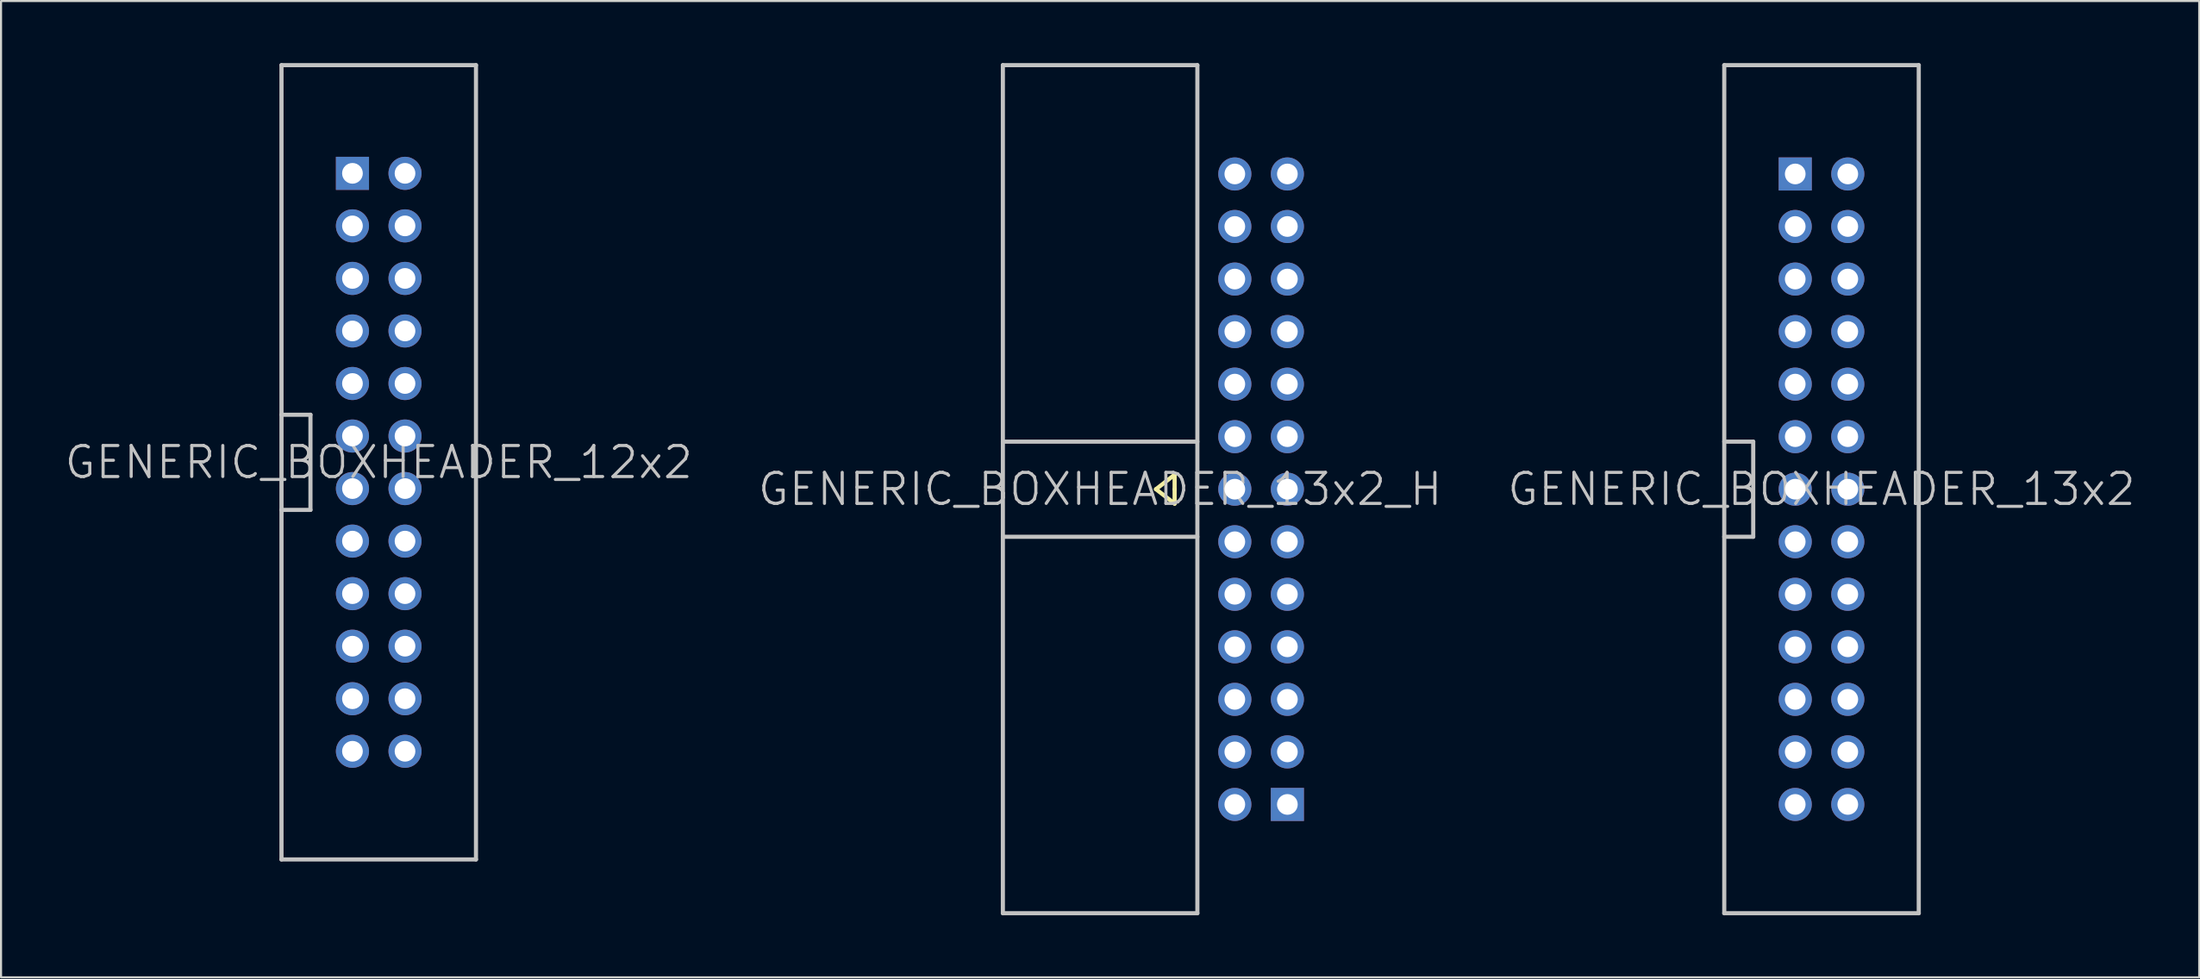
<source format=kicad_pcb>
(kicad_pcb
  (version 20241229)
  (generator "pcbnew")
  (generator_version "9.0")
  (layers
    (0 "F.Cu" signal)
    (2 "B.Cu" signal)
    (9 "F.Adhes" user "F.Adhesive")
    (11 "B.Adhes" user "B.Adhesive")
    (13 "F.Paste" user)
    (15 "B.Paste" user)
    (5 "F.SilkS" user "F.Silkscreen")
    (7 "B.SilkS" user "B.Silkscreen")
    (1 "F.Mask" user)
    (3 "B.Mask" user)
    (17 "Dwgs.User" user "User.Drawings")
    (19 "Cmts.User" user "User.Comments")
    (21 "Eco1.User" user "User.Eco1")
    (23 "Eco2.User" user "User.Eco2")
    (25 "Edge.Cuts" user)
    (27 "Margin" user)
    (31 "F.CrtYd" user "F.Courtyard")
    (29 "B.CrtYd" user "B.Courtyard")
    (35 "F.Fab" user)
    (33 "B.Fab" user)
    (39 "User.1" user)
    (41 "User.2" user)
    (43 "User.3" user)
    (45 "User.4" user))
  (footprint "GENERIC_BOXHEADER_13x2_H"
    (layer "F.Cu")
    (at 52.818 20.6)
    (property "Reference" "GENERIC_BOXHEADER_13x2_H" (at -2.7 0 180) (layer "Dwgs.User") (effects (font (size 1.5 1.5) (thickness 0.15))))
    (attr through_hole)
    (fp_line (start 0 0) (end 0.9 0.7) (stroke (width 0.2) (type solid)) (layer "F.SilkS"))
    (fp_line (start 0.9 -0.7) (end 0 0) (stroke (width 0.2) (type solid)) (layer "F.SilkS"))
    (fp_line (start 0.9 0) (end 0.9 -0.7) (stroke (width 0.2) (type solid)) (layer "F.SilkS"))
    (fp_line (start 0.9 0.7) (end 0.9 0) (stroke (width 0.2) (type solid)) (layer "F.SilkS"))
    (fp_line (start -7.4 -20.5) (end -7.4 20.5) (stroke (width 0.2) (type solid)) (layer "Dwgs.User"))
    (fp_line (start -7.4 -20.5) (end 2 -20.5) (stroke (width 0.2) (type solid)) (layer "Dwgs.User"))
    (fp_line (start -7.4 -2.3) (end 2 -2.3) (stroke (width 0.2) (type solid)) (layer "Dwgs.User"))
    (fp_line (start -7.4 2.3) (end 2 2.3) (stroke (width 0.2) (type solid)) (layer "Dwgs.User"))
    (fp_line (start -7.4 20.5) (end 2 20.5) (stroke (width 0.2) (type solid)) (layer "Dwgs.User"))
    (fp_line (start 2 20.5) (end 2 -20.5) (stroke (width 0.2) (type solid)) (layer "Dwgs.User"))
    (pad "1" thru_hole rect (at 6.35 15.24) (size 1.6 1.6) (drill 1) (layers "*.Cu" "*.Mask"))
    (pad "2" thru_hole circle (at 3.81 15.24 90) (size 1.6 1.6) (drill 1) (layers "*.Cu" "*.Mask"))
    (pad "3" thru_hole circle (at 6.35 12.7 90) (size 1.6 1.6) (drill 1) (layers "*.Cu" "*.Mask"))
    (pad "4" thru_hole circle (at 3.81 12.7 90) (size 1.6 1.6) (drill 1) (layers "*.Cu" "*.Mask"))
    (pad "5" thru_hole circle (at 6.35 10.16 90) (size 1.6 1.6) (drill 1) (layers "*.Cu" "*.Mask"))
    (pad "6" thru_hole circle (at 3.81 10.16 90) (size 1.6 1.6) (drill 1) (layers "*.Cu" "*.Mask"))
    (pad "7" thru_hole circle (at 6.35 7.62 90) (size 1.6 1.6) (drill 1) (layers "*.Cu" "*.Mask"))
    (pad "8" thru_hole circle (at 3.81 7.62 90) (size 1.6 1.6) (drill 1) (layers "*.Cu" "*.Mask"))
    (pad "9" thru_hole circle (at 6.35 5.08 90) (size 1.6 1.6) (drill 1) (layers "*.Cu" "*.Mask"))
    (pad "10" thru_hole circle (at 3.81 5.08 90) (size 1.6 1.6) (drill 1) (layers "*.Cu" "*.Mask"))
    (pad "11" thru_hole circle (at 6.35 2.54 90) (size 1.6 1.6) (drill 1) (layers "*.Cu" "*.Mask"))
    (pad "12" thru_hole circle (at 3.81 2.54 90) (size 1.6 1.6) (drill 1) (layers "*.Cu" "*.Mask"))
    (pad "13" thru_hole circle (at 6.35 0 90) (size 1.6 1.6) (drill 1) (layers "*.Cu" "*.Mask"))
    (pad "14" thru_hole circle (at 3.81 0 90) (size 1.6 1.6) (drill 1) (layers "*.Cu" "*.Mask"))
    (pad "15" thru_hole circle (at 6.35 -2.54 90) (size 1.6 1.6) (drill 1) (layers "*.Cu" "*.Mask"))
    (pad "16" thru_hole circle (at 3.81 -2.54 90) (size 1.6 1.6) (drill 1) (layers "*.Cu" "*.Mask"))
    (pad "17" thru_hole circle (at 6.35 -5.08 90) (size 1.6 1.6) (drill 1) (layers "*.Cu" "*.Mask"))
    (pad "18" thru_hole circle (at 3.81 -5.08 90) (size 1.6 1.6) (drill 1) (layers "*.Cu" "*.Mask"))
    (pad "19" thru_hole circle (at 6.35 -7.62 90) (size 1.6 1.6) (drill 1) (layers "*.Cu" "*.Mask"))
    (pad "20" thru_hole circle (at 3.81 -7.62 90) (size 1.6 1.6) (drill 1) (layers "*.Cu" "*.Mask"))
    (pad "21" thru_hole circle (at 6.35 -10.16 90) (size 1.6 1.6) (drill 1) (layers "*.Cu" "*.Mask"))
    (pad "22" thru_hole circle (at 3.81 -10.16 90) (size 1.6 1.6) (drill 1) (layers "*.Cu" "*.Mask"))
    (pad "23" thru_hole circle (at 6.35 -12.7 90) (size 1.6 1.6) (drill 1) (layers "*.Cu" "*.Mask"))
    (pad "24" thru_hole circle (at 3.81 -12.7 90) (size 1.6 1.6) (drill 1) (layers "*.Cu" "*.Mask"))
    (pad "25" thru_hole circle (at 6.35 -15.24 90) (size 1.6 1.6) (drill 1) (layers "*.Cu" "*.Mask"))
    (pad "26" thru_hole circle (at 3.81 -15.24 90) (size 1.6 1.6) (drill 1) (layers "*.Cu" "*.Mask")))
  (footprint "GENERIC_BOXHEADER_13x2"
    (layer "F.Cu")
    (at 84.982 20.6)
    (property "Reference" "GENERIC_BOXHEADER_13x2" (at 0 0 180) (layer "Dwgs.User") (effects (font (size 1.5 1.5) (thickness 0.15))))
    (attr through_hole)
    (fp_line (start -4.7 -20.5) (end -4.7 20.5) (stroke (width 0.2) (type solid)) (layer "Dwgs.User"))
    (fp_line (start -4.7 2.3) (end -3.3 2.3) (stroke (width 0.2) (type solid)) (layer "Dwgs.User"))
    (fp_line (start -3.3 -2.3) (end -4.7 -2.3) (stroke (width 0.2) (type solid)) (layer "Dwgs.User"))
    (fp_line (start -3.3 2.3) (end -3.3 -2.3) (stroke (width 0.2) (type solid)) (layer "Dwgs.User"))
    (fp_line (start 4.7 -20.5) (end -4.7 -20.5) (stroke (width 0.2) (type solid)) (layer "Dwgs.User"))
    (fp_line (start 4.7 20.5) (end -4.7 20.5) (stroke (width 0.2) (type solid)) (layer "Dwgs.User"))
    (fp_line (start 4.7 20.5) (end 4.7 -20.5) (stroke (width 0.2) (type solid)) (layer "Dwgs.User"))
    (pad "1" thru_hole rect (at -1.27 -15.24) (size 1.6 1.6) (drill 1) (layers "*.Cu" "*.Mask"))
    (pad "2" thru_hole circle (at 1.27 -15.24 270) (size 1.6 1.6) (drill 1) (layers "*.Cu" "*.Mask"))
    (pad "3" thru_hole circle (at -1.27 -12.7 270) (size 1.6 1.6) (drill 1) (layers "*.Cu" "*.Mask"))
    (pad "4" thru_hole circle (at 1.27 -12.7 270) (size 1.6 1.6) (drill 1) (layers "*.Cu" "*.Mask"))
    (pad "5" thru_hole circle (at -1.27 -10.16 270) (size 1.6 1.6) (drill 1) (layers "*.Cu" "*.Mask"))
    (pad "6" thru_hole circle (at 1.27 -10.16 270) (size 1.6 1.6) (drill 1) (layers "*.Cu" "*.Mask"))
    (pad "7" thru_hole circle (at -1.27 -7.62 270) (size 1.6 1.6) (drill 1) (layers "*.Cu" "*.Mask"))
    (pad "8" thru_hole circle (at 1.27 -7.62 270) (size 1.6 1.6) (drill 1) (layers "*.Cu" "*.Mask"))
    (pad "9" thru_hole circle (at -1.27 -5.08 270) (size 1.6 1.6) (drill 1) (layers "*.Cu" "*.Mask"))
    (pad "10" thru_hole circle (at 1.27 -5.08 270) (size 1.6 1.6) (drill 1) (layers "*.Cu" "*.Mask"))
    (pad "11" thru_hole circle (at -1.27 -2.54 270) (size 1.6 1.6) (drill 1) (layers "*.Cu" "*.Mask"))
    (pad "12" thru_hole circle (at 1.27 -2.54 270) (size 1.6 1.6) (drill 1) (layers "*.Cu" "*.Mask"))
    (pad "13" thru_hole circle (at -1.27 0 270) (size 1.6 1.6) (drill 1) (layers "*.Cu" "*.Mask"))
    (pad "14" thru_hole circle (at 1.27 0 270) (size 1.6 1.6) (drill 1) (layers "*.Cu" "*.Mask"))
    (pad "15" thru_hole circle (at -1.27 2.54 270) (size 1.6 1.6) (drill 1) (layers "*.Cu" "*.Mask"))
    (pad "16" thru_hole circle (at 1.27 2.54 270) (size 1.6 1.6) (drill 1) (layers "*.Cu" "*.Mask"))
    (pad "17" thru_hole circle (at -1.27 5.08 270) (size 1.6 1.6) (drill 1) (layers "*.Cu" "*.Mask"))
    (pad "18" thru_hole circle (at 1.27 5.08 270) (size 1.6 1.6) (drill 1) (layers "*.Cu" "*.Mask"))
    (pad "19" thru_hole circle (at -1.27 7.62 270) (size 1.6 1.6) (drill 1) (layers "*.Cu" "*.Mask"))
    (pad "20" thru_hole circle (at 1.27 7.62 270) (size 1.6 1.6) (drill 1) (layers "*.Cu" "*.Mask"))
    (pad "21" thru_hole circle (at -1.27 10.16 270) (size 1.6 1.6) (drill 1) (layers "*.Cu" "*.Mask"))
    (pad "22" thru_hole circle (at 1.27 10.16 270) (size 1.6 1.6) (drill 1) (layers "*.Cu" "*.Mask"))
    (pad "23" thru_hole circle (at -1.27 12.7 270) (size 1.6 1.6) (drill 1) (layers "*.Cu" "*.Mask"))
    (pad "24" thru_hole circle (at 1.27 12.7 270) (size 1.6 1.6) (drill 1) (layers "*.Cu" "*.Mask"))
    (pad "25" thru_hole circle (at -1.27 15.24 270) (size 1.6 1.6) (drill 1) (layers "*.Cu" "*.Mask"))
    (pad "26" thru_hole circle (at 1.27 15.24 270) (size 1.6 1.6) (drill 1) (layers "*.Cu" "*.Mask")))
  (footprint "GENERIC_BOXHEADER_12x2"
    (layer "F.Cu")
    (at 15.254 19.3)
    (property "Reference" "GENERIC_BOXHEADER_12x2" (at 0 0 180) (layer "Dwgs.User") (effects (font (size 1.5 1.5) (thickness 0.15))))
    (attr through_hole)
    (fp_line (start -4.7 -19.2) (end -4.7 19.2) (stroke (width 0.2) (type solid)) (layer "Dwgs.User"))
    (fp_line (start -4.7 2.3) (end -3.3 2.3) (stroke (width 0.2) (type solid)) (layer "Dwgs.User"))
    (fp_line (start -3.3 -2.3) (end -4.7 -2.3) (stroke (width 0.2) (type solid)) (layer "Dwgs.User"))
    (fp_line (start -3.3 2.3) (end -3.3 -2.3) (stroke (width 0.2) (type solid)) (layer "Dwgs.User"))
    (fp_line (start 4.7 -19.2) (end -4.7 -19.2) (stroke (width 0.2) (type solid)) (layer "Dwgs.User"))
    (fp_line (start 4.7 19.2) (end -4.7 19.2) (stroke (width 0.2) (type solid)) (layer "Dwgs.User"))
    (fp_line (start 4.7 19.2) (end 4.7 -19.2) (stroke (width 0.2) (type solid)) (layer "Dwgs.User"))
    (pad "1" thru_hole rect (at -1.27 -13.97) (size 1.6 1.6) (drill 1) (layers "*.Cu" "*.Mask"))
    (pad "2" thru_hole circle (at 1.27 -13.97 270) (size 1.6 1.6) (drill 1) (layers "*.Cu" "*.Mask"))
    (pad "3" thru_hole circle (at -1.27 -11.43 270) (size 1.6 1.6) (drill 1) (layers "*.Cu" "*.Mask"))
    (pad "4" thru_hole circle (at 1.27 -11.43 270) (size 1.6 1.6) (drill 1) (layers "*.Cu" "*.Mask"))
    (pad "5" thru_hole circle (at -1.27 -8.89 270) (size 1.6 1.6) (drill 1) (layers "*.Cu" "*.Mask"))
    (pad "6" thru_hole circle (at 1.27 -8.89 270) (size 1.6 1.6) (drill 1) (layers "*.Cu" "*.Mask"))
    (pad "7" thru_hole circle (at -1.27 -6.35 270) (size 1.6 1.6) (drill 1) (layers "*.Cu" "*.Mask"))
    (pad "8" thru_hole circle (at 1.27 -6.35 270) (size 1.6 1.6) (drill 1) (layers "*.Cu" "*.Mask"))
    (pad "9" thru_hole circle (at -1.27 -3.81 270) (size 1.6 1.6) (drill 1) (layers "*.Cu" "*.Mask"))
    (pad "10" thru_hole circle (at 1.27 -3.81 270) (size 1.6 1.6) (drill 1) (layers "*.Cu" "*.Mask"))
    (pad "11" thru_hole circle (at -1.27 -1.27 270) (size 1.6 1.6) (drill 1) (layers "*.Cu" "*.Mask"))
    (pad "12" thru_hole circle (at 1.27 -1.27 270) (size 1.6 1.6) (drill 1) (layers "*.Cu" "*.Mask"))
    (pad "13" thru_hole circle (at -1.27 1.27 270) (size 1.6 1.6) (drill 1) (layers "*.Cu" "*.Mask"))
    (pad "14" thru_hole circle (at 1.27 1.27 270) (size 1.6 1.6) (drill 1) (layers "*.Cu" "*.Mask"))
    (pad "15" thru_hole circle (at -1.27 3.81 270) (size 1.6 1.6) (drill 1) (layers "*.Cu" "*.Mask"))
    (pad "16" thru_hole circle (at 1.27 3.81 270) (size 1.6 1.6) (drill 1) (layers "*.Cu" "*.Mask"))
    (pad "17" thru_hole circle (at -1.27 6.35 270) (size 1.6 1.6) (drill 1) (layers "*.Cu" "*.Mask"))
    (pad "18" thru_hole circle (at 1.27 6.35 270) (size 1.6 1.6) (drill 1) (layers "*.Cu" "*.Mask"))
    (pad "19" thru_hole circle (at -1.27 8.89 270) (size 1.6 1.6) (drill 1) (layers "*.Cu" "*.Mask"))
    (pad "20" thru_hole circle (at 1.27 8.89 270) (size 1.6 1.6) (drill 1) (layers "*.Cu" "*.Mask"))
    (pad "21" thru_hole circle (at -1.27 11.43 270) (size 1.6 1.6) (drill 1) (layers "*.Cu" "*.Mask"))
    (pad "22" thru_hole circle (at 1.27 11.43 270) (size 1.6 1.6) (drill 1) (layers "*.Cu" "*.Mask"))
    (pad "23" thru_hole circle (at -1.27 13.97 270) (size 1.6 1.6) (drill 1) (layers "*.Cu" "*.Mask"))
    (pad "24" thru_hole circle (at 1.27 13.97 270) (size 1.6 1.6) (drill 1) (layers "*.Cu" "*.Mask")))
  (gr_rect
    (start -3 -3)
    (end 103.236 44.2)
    (stroke (width 0.1) (type default))
    (fill no)
    (layer "Edge.Cuts")))
</source>
